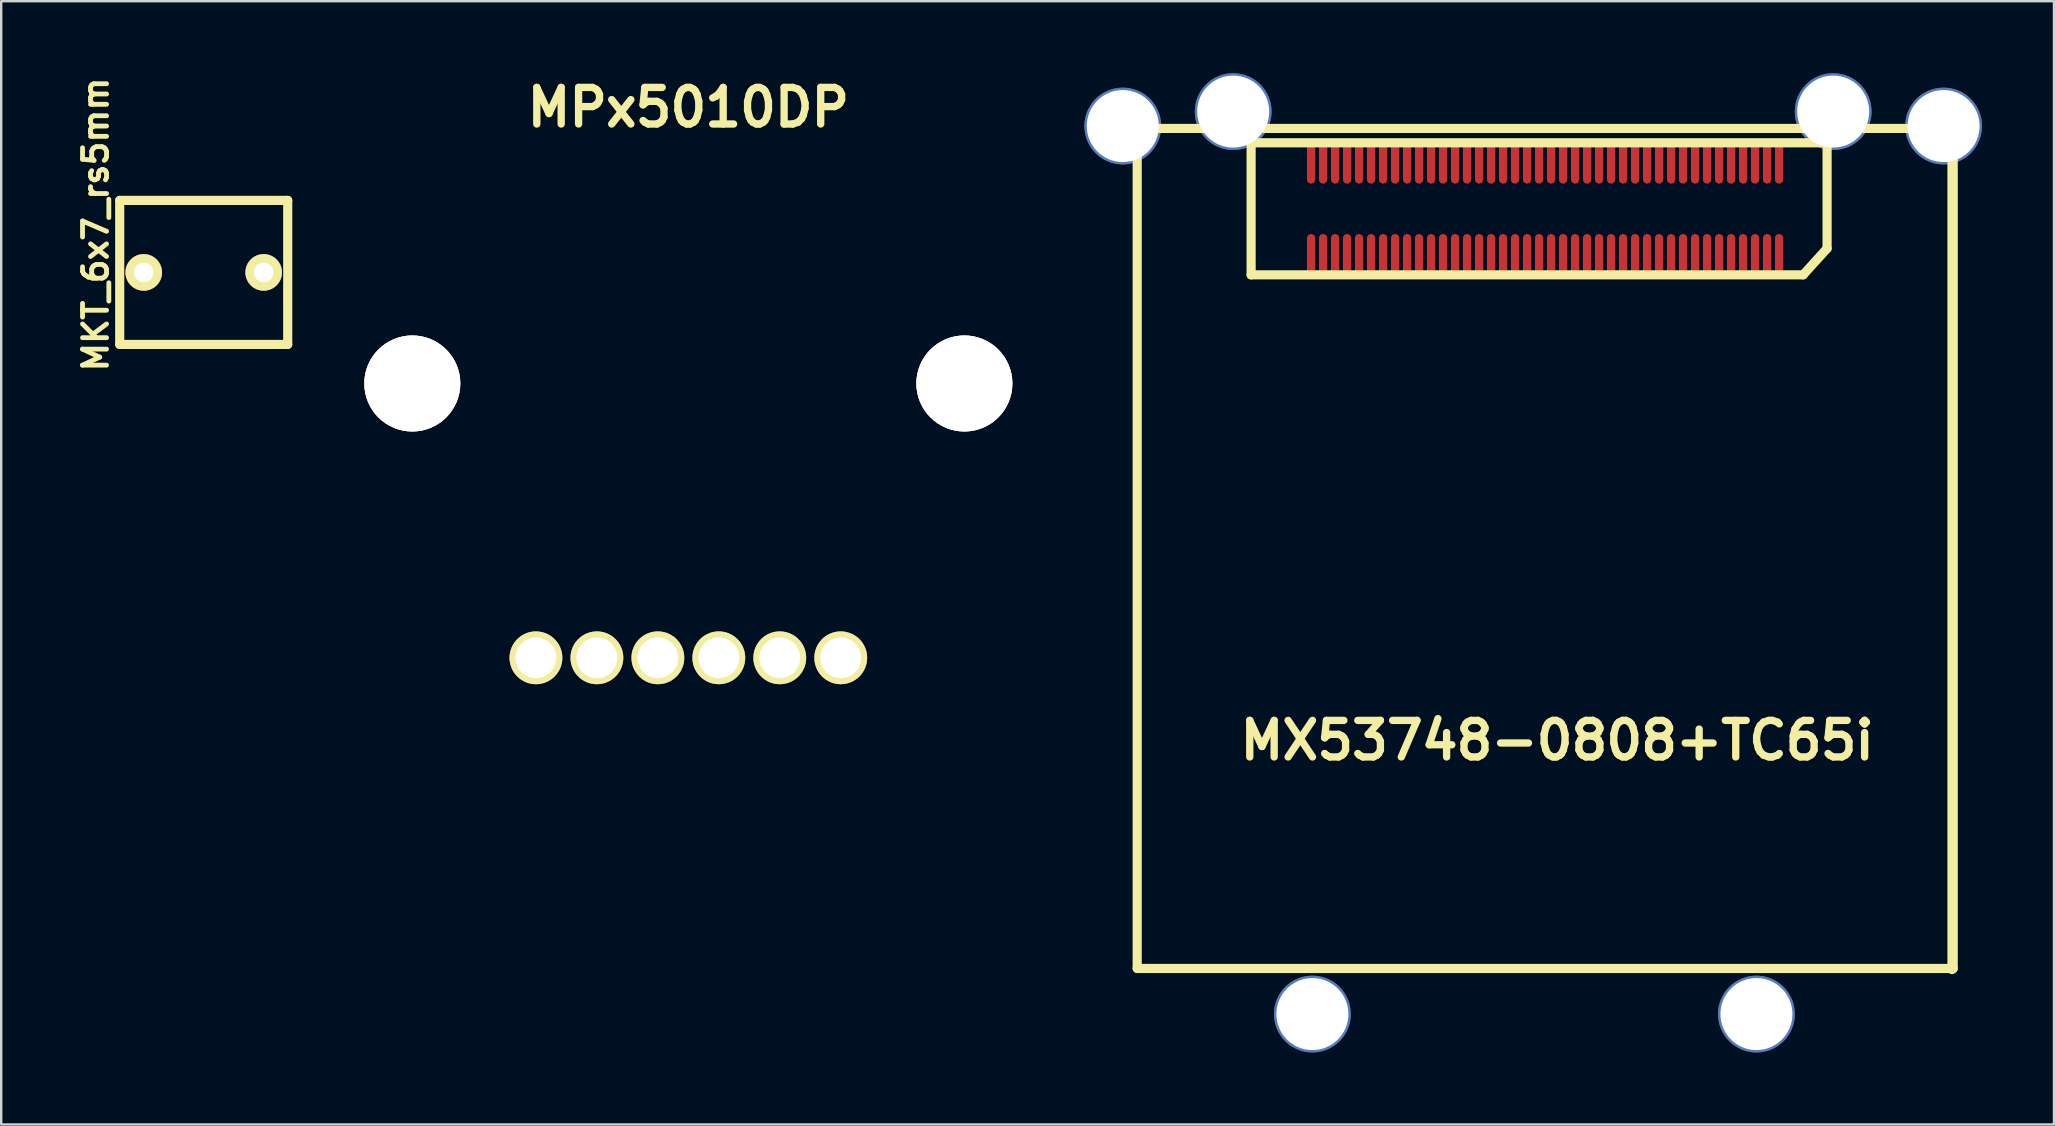
<source format=kicad_pcb>
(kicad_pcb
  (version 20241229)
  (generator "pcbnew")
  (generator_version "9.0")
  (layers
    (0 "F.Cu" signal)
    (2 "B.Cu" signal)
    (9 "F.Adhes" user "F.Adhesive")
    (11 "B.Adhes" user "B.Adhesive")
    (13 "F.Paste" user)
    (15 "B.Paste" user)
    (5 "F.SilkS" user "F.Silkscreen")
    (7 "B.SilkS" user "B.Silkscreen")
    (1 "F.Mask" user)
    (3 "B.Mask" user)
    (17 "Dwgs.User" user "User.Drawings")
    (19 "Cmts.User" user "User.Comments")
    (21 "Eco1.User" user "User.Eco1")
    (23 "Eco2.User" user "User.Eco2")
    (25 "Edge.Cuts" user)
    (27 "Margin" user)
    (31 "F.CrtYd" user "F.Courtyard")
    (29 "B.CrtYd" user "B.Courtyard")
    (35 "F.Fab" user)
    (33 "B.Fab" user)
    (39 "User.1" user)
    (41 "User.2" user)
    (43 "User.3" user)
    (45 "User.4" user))
  (footprint "MKT_6x7_rs5mm"
    (layer "F.Cu")
    (at 5.438 8.3)
    (property "Reference" "MKT_6x7_rs5mm" (at -4.501 -1.999 90) (layer "F.SilkS") (effects (font (size 1.001 1.001) (thickness 0.201))))
    (attr through_hole)
    (fp_line (start -3.5 -3) (end 3.5 -3) (stroke (width 0.381) (type solid)) (layer "F.SilkS"))
    (fp_line (start -3.5 3) (end -3.5 -3) (stroke (width 0.381) (type solid)) (layer "F.SilkS"))
    (fp_line (start 3.5 -3) (end 3.5 3) (stroke (width 0.381) (type solid)) (layer "F.SilkS"))
    (fp_line (start 3.5 3) (end -3.5 3) (stroke (width 0.381) (type solid)) (layer "F.SilkS"))
    (pad "1" thru_hole circle (at -2.499 0) (size 1.524 1.524) (drill 0.813) (layers "*.Cu" "*.Mask" "F.SilkS"))
    (pad "2" thru_hole circle (at 2.499 0) (size 1.524 1.524) (drill 0.813) (layers "*.Cu" "*.Mask" "F.SilkS")))
  (footprint "MX53748-0808+TC65i"
    (layer "F.Cu")
    (at 61.332 5.801)
    (property "Reference" "MX53748-0808+TC65i" (at 0.5 21.999 0) (layer "F.SilkS") (effects (font (size 1.524 1.524) (thickness 0.305))))
    (attr through_hole)
    (fp_line (start -17 -3.5) (end 17 -3.5) (stroke (width 0.381) (type solid)) (layer "F.SilkS"))
    (fp_line (start -17 31.501) (end -17 -3.5) (stroke (width 0.381) (type solid)) (layer "F.SilkS"))
    (fp_line (start -15.999 31.501) (end -17 31.501) (stroke (width 0.381) (type solid)) (layer "F.SilkS"))
    (fp_line (start -12.253 -2.901) (end 11.745 -2.901) (stroke (width 0.381) (type solid)) (layer "F.SilkS"))
    (fp_line (start -12.253 2.601) (end -12.253 -2.901) (stroke (width 0.381) (type solid)) (layer "F.SilkS"))
    (fp_line (start 10.747 2.601) (end -12.253 2.601) (stroke (width 0.381) (type solid)) (layer "F.SilkS"))
    (fp_line (start 11.745 -2.901) (end 11.745 1.501) (stroke (width 0.381) (type solid)) (layer "F.SilkS"))
    (fp_line (start 11.745 1.501) (end 10.747 2.601) (stroke (width 0.381) (type solid)) (layer "F.SilkS"))
    (fp_line (start 16.949 31.549) (end 16.949 -3.449) (stroke (width 0.381) (type solid)) (layer "F.SilkS"))
    (fp_line (start 17 -3.5) (end 17 31.501) (stroke (width 0.381) (type solid)) (layer "F.SilkS"))
    (fp_line (start 17 31.501) (end -15.999 31.501) (stroke (width 0.381) (type solid)) (layer "F.SilkS"))
    (pad "" thru_hole circle (at -17.6 -3.599) (size 3.2 3.2) (drill 3) (layers "*.Cu"))
    (pad "" thru_hole circle (at -13 -4.201) (size 3.2 3.2) (drill 3) (layers "*.Cu"))
    (pad "" thru_hole circle (at -9.7 33.401) (size 3.2 3.2) (drill 3) (layers "*.Cu"))
    (pad "" thru_hole circle (at 8.801 33.401) (size 3.2 3.2) (drill 3) (layers "*.Cu"))
    (pad "" thru_hole circle (at 11.999 -4.201) (size 3.2 3.2) (drill 3) (layers "*.Cu"))
    (pad "" thru_hole circle (at 16.599 -3.599) (size 3.2 3.2) (drill 3) (layers "*.Cu"))
    (pad "1" smd oval (at 9.746 1.801) (size 0.345 1.801) (layers "F.Cu" "F.Mask" "F.Paste"))
    (pad "2" smd oval (at 9.246 1.801) (size 0.345 1.801) (layers "F.Cu" "F.Mask" "F.Paste"))
    (pad "3" smd oval (at 8.745 1.801) (size 0.345 1.801) (layers "F.Cu" "F.Mask" "F.Paste"))
    (pad "4" smd oval (at 8.245 1.801) (size 0.345 1.801) (layers "F.Cu" "F.Mask" "F.Paste"))
    (pad "5" smd oval (at 7.747 1.801) (size 0.345 1.801) (layers "F.Cu" "F.Mask" "F.Paste"))
    (pad "6" smd oval (at 7.247 1.801) (size 0.345 1.801) (layers "F.Cu" "F.Mask" "F.Paste"))
    (pad "7" smd oval (at 6.746 1.801) (size 0.345 1.801) (layers "F.Cu" "F.Mask" "F.Paste"))
    (pad "8" smd oval (at 6.246 1.801) (size 0.345 1.801) (layers "F.Cu" "F.Mask" "F.Paste"))
    (pad "9" smd oval (at 5.745 1.801) (size 0.345 1.801) (layers "F.Cu" "F.Mask" "F.Paste"))
    (pad "10" smd oval (at 5.245 1.801) (size 0.345 1.801) (layers "F.Cu" "F.Mask" "F.Paste"))
    (pad "11" smd oval (at 4.745 1.801) (size 0.345 1.801) (layers "F.Cu" "F.Mask" "F.Paste"))
    (pad "12" smd oval (at 4.247 1.801) (size 0.345 1.801) (layers "F.Cu" "F.Mask" "F.Paste"))
    (pad "13" smd oval (at 3.747 1.801) (size 0.345 1.801) (layers "F.Cu" "F.Mask" "F.Paste"))
    (pad "14" smd oval (at 3.246 1.801) (size 0.345 1.801) (layers "F.Cu" "F.Mask" "F.Paste"))
    (pad "15" smd oval (at 2.746 1.801) (size 0.345 1.801) (layers "F.Cu" "F.Mask" "F.Paste"))
    (pad "16" smd oval (at 2.245 1.801) (size 0.345 1.801) (layers "F.Cu" "F.Mask" "F.Paste"))
    (pad "17" smd oval (at 1.745 1.801) (size 0.345 1.801) (layers "F.Cu" "F.Mask" "F.Paste"))
    (pad "18" smd oval (at 1.245 1.801) (size 0.345 1.801) (layers "F.Cu" "F.Mask" "F.Paste"))
    (pad "19" smd oval (at 0.747 1.801) (size 0.345 1.801) (layers "F.Cu" "F.Mask" "F.Paste"))
    (pad "20" smd oval (at 0.246 1.801) (size 0.345 1.801) (layers "F.Cu" "F.Mask" "F.Paste"))
    (pad "21" smd oval (at -0.254 1.801) (size 0.345 1.801) (layers "F.Cu" "F.Mask" "F.Paste"))
    (pad "22" smd oval (at -0.754 1.801) (size 0.345 1.801) (layers "F.Cu" "F.Mask" "F.Paste"))
    (pad "23" smd oval (at -1.255 1.801) (size 0.345 1.801) (layers "F.Cu" "F.Mask" "F.Paste"))
    (pad "24" smd oval (at -1.755 1.801) (size 0.345 1.801) (layers "F.Cu" "F.Mask" "F.Paste"))
    (pad "25" smd oval (at -2.253 1.801) (size 0.345 1.801) (layers "F.Cu" "F.Mask" "F.Paste"))
    (pad "26" smd oval (at -2.753 1.801) (size 0.345 1.801) (layers "F.Cu" "F.Mask" "F.Paste"))
    (pad "27" smd oval (at -3.254 1.801) (size 0.345 1.801) (layers "F.Cu" "F.Mask" "F.Paste"))
    (pad "28" smd oval (at -3.754 1.801) (size 0.345 1.801) (layers "F.Cu" "F.Mask" "F.Paste"))
    (pad "29" smd oval (at -4.255 1.801) (size 0.345 1.801) (layers "F.Cu" "F.Mask" "F.Paste"))
    (pad "30" smd oval (at -4.755 1.801) (size 0.345 1.801) (layers "F.Cu" "F.Mask" "F.Paste"))
    (pad "31" smd oval (at -5.255 1.801) (size 0.345 1.801) (layers "F.Cu" "F.Mask" "F.Paste"))
    (pad "32" smd oval (at -5.753 1.801) (size 0.345 1.801) (layers "F.Cu" "F.Mask" "F.Paste"))
    (pad "33" smd oval (at -6.253 1.801) (size 0.345 1.801) (layers "F.Cu" "F.Mask" "F.Paste"))
    (pad "34" smd oval (at -6.754 1.801) (size 0.345 1.801) (layers "F.Cu" "F.Mask" "F.Paste"))
    (pad "35" smd oval (at -7.254 1.801) (size 0.345 1.801) (layers "F.Cu" "F.Mask" "F.Paste"))
    (pad "36" smd oval (at -7.755 1.801) (size 0.345 1.801) (layers "F.Cu" "F.Mask" "F.Paste"))
    (pad "37" smd oval (at -8.255 1.801) (size 0.345 1.801) (layers "F.Cu" "F.Mask" "F.Paste"))
    (pad "38" smd oval (at -8.755 1.801) (size 0.345 1.801) (layers "F.Cu" "F.Mask" "F.Paste"))
    (pad "39" smd oval (at -9.253 1.801) (size 0.345 1.801) (layers "F.Cu" "F.Mask" "F.Paste"))
    (pad "40" smd oval (at -9.754 1.801) (size 0.345 1.801) (layers "F.Cu" "F.Mask" "F.Paste"))
    (pad "41" smd oval (at -9.754 -2.101) (size 0.345 1.801) (layers "F.Cu" "F.Mask" "F.Paste"))
    (pad "42" smd oval (at -9.253 -2.101) (size 0.345 1.801) (layers "F.Cu" "F.Mask" "F.Paste"))
    (pad "43" smd oval (at -8.753 -2.101) (size 0.345 1.801) (layers "F.Cu" "F.Mask" "F.Paste"))
    (pad "44" smd oval (at -8.252 -2.101) (size 0.345 1.801) (layers "F.Cu" "F.Mask" "F.Paste"))
    (pad "45" smd oval (at -7.755 -2.101) (size 0.345 1.801) (layers "F.Cu" "F.Mask" "F.Paste"))
    (pad "46" smd oval (at -7.254 -2.101) (size 0.345 1.801) (layers "F.Cu" "F.Mask" "F.Paste"))
    (pad "47" smd oval (at -6.754 -2.101) (size 0.345 1.801) (layers "F.Cu" "F.Mask" "F.Paste"))
    (pad "48" smd oval (at -6.253 -2.101) (size 0.345 1.801) (layers "F.Cu" "F.Mask" "F.Paste"))
    (pad "49" smd oval (at -5.753 -2.101) (size 0.345 1.801) (layers "F.Cu" "F.Mask" "F.Paste"))
    (pad "50" smd oval (at -5.253 -2.101) (size 0.345 1.801) (layers "F.Cu" "F.Mask" "F.Paste"))
    (pad "51" smd oval (at -4.755 -2.101) (size 0.345 1.801) (layers "F.Cu" "F.Mask" "F.Paste"))
    (pad "52" smd oval (at -4.255 -2.101) (size 0.345 1.801) (layers "F.Cu" "F.Mask" "F.Paste"))
    (pad "53" smd oval (at -3.754 -2.101) (size 0.345 1.801) (layers "F.Cu" "F.Mask" "F.Paste"))
    (pad "54" smd oval (at -3.254 -2.101) (size 0.345 1.801) (layers "F.Cu" "F.Mask" "F.Paste"))
    (pad "55" smd oval (at -2.753 -2.101) (size 0.345 1.801) (layers "F.Cu" "F.Mask" "F.Paste"))
    (pad "56" smd oval (at -2.253 -2.101) (size 0.345 1.801) (layers "F.Cu" "F.Mask" "F.Paste"))
    (pad "57" smd oval (at -1.753 -2.101) (size 0.345 1.801) (layers "F.Cu" "F.Mask" "F.Paste"))
    (pad "58" smd oval (at -1.255 -2.101) (size 0.345 1.801) (layers "F.Cu" "F.Mask" "F.Paste"))
    (pad "59" smd oval (at -0.754 -2.101) (size 0.345 1.801) (layers "F.Cu" "F.Mask" "F.Paste"))
    (pad "60" smd oval (at -0.254 -2.101) (size 0.345 1.801) (layers "F.Cu" "F.Mask" "F.Paste"))
    (pad "61" smd oval (at 0.246 -2.101) (size 0.345 1.801) (layers "F.Cu" "F.Mask" "F.Paste"))
    (pad "62" smd oval (at 0.747 -2.101) (size 0.345 1.801) (layers "F.Cu" "F.Mask" "F.Paste"))
    (pad "63" smd oval (at 1.247 -2.101) (size 0.345 1.801) (layers "F.Cu" "F.Mask" "F.Paste"))
    (pad "64" smd oval (at 1.748 -2.101) (size 0.345 1.801) (layers "F.Cu" "F.Mask" "F.Paste"))
    (pad "65" smd oval (at 2.245 -2.101) (size 0.345 1.801) (layers "F.Cu" "F.Mask" "F.Paste"))
    (pad "66" smd oval (at 2.746 -2.101) (size 0.345 1.801) (layers "F.Cu" "F.Mask" "F.Paste"))
    (pad "67" smd oval (at 3.246 -2.101) (size 0.345 1.801) (layers "F.Cu" "F.Mask" "F.Paste"))
    (pad "68" smd oval (at 3.747 -2.101) (size 0.345 1.801) (layers "F.Cu" "F.Mask" "F.Paste"))
    (pad "69" smd oval (at 4.247 -2.101) (size 0.345 1.801) (layers "F.Cu" "F.Mask" "F.Paste"))
    (pad "70" smd oval (at 4.747 -2.101) (size 0.345 1.801) (layers "F.Cu" "F.Mask" "F.Paste"))
    (pad "71" smd oval (at 5.248 -2.101) (size 0.345 1.801) (layers "F.Cu" "F.Mask" "F.Paste"))
    (pad "72" smd oval (at 5.745 -2.101) (size 0.345 1.801) (layers "F.Cu" "F.Mask" "F.Paste"))
    (pad "73" smd oval (at 6.246 -2.101) (size 0.345 1.801) (layers "F.Cu" "F.Mask" "F.Paste"))
    (pad "74" smd oval (at 6.746 -2.101) (size 0.345 1.801) (layers "F.Cu" "F.Mask" "F.Paste"))
    (pad "75" smd oval (at 7.247 -2.101) (size 0.345 1.801) (layers "F.Cu" "F.Mask" "F.Paste"))
    (pad "76" smd oval (at 7.747 -2.101) (size 0.345 1.801) (layers "F.Cu" "F.Mask" "F.Paste"))
    (pad "77" smd oval (at 8.247 -2.101) (size 0.345 1.801) (layers "F.Cu" "F.Mask" "F.Paste"))
    (pad "78" smd oval (at 8.745 -2.101) (size 0.345 1.801) (layers "F.Cu" "F.Mask" "F.Paste"))
    (pad "79" smd oval (at 9.246 -2.101) (size 0.345 1.801) (layers "F.Cu" "F.Mask" "F.Paste"))
    (pad "80" smd oval (at 9.746 -2.101) (size 0.345 1.801) (layers "F.Cu" "F.Mask" "F.Paste")))
  (footprint "MPx5010DP"
    (layer "F.Cu")
    (at 25.63 12.928)
    (property "Reference" "MPx5010DP" (at 0 -11.501 0) (layer "F.SilkS") (effects (font (size 1.524 1.524) (thickness 0.305))))
    (attr through_hole)
    (pad "" thru_hole circle (at -11.501 0) (size 4 4) (drill 4) (layers "*.Cu" "*.Mask" "F.SilkS"))
    (pad "" thru_hole circle (at 11.501 0) (size 4 4) (drill 4) (layers "*.Cu" "*.Mask" "F.SilkS"))
    (pad "1" thru_hole circle (at -6.35 11.43) (size 2.2 2.2) (drill 1.699) (layers "*.Cu" "*.Mask" "F.SilkS"))
    (pad "2" thru_hole circle (at -3.81 11.43) (size 2.2 2.2) (drill 1.699) (layers "*.Cu" "*.Mask" "F.SilkS"))
    (pad "3" thru_hole circle (at -1.27 11.43) (size 2.2 2.2) (drill 1.699) (layers "*.Cu" "*.Mask" "F.SilkS"))
    (pad "4" thru_hole circle (at 1.27 11.43) (size 2.2 2.2) (drill 1.699) (layers "*.Cu" "*.Mask" "F.SilkS"))
    (pad "5" thru_hole circle (at 3.81 11.43) (size 2.2 2.2) (drill 1.699) (layers "*.Cu" "*.Mask" "F.SilkS"))
    (pad "6" thru_hole circle (at 6.35 11.43) (size 2.2 2.2) (drill 1.699) (layers "*.Cu" "*.Mask" "F.SilkS")))
  (gr_rect
    (start -3 -3)
    (end 82.531 43.803)
    (stroke (width 0.1) (type default))
    (fill no)
    (layer "Edge.Cuts")))
</source>
